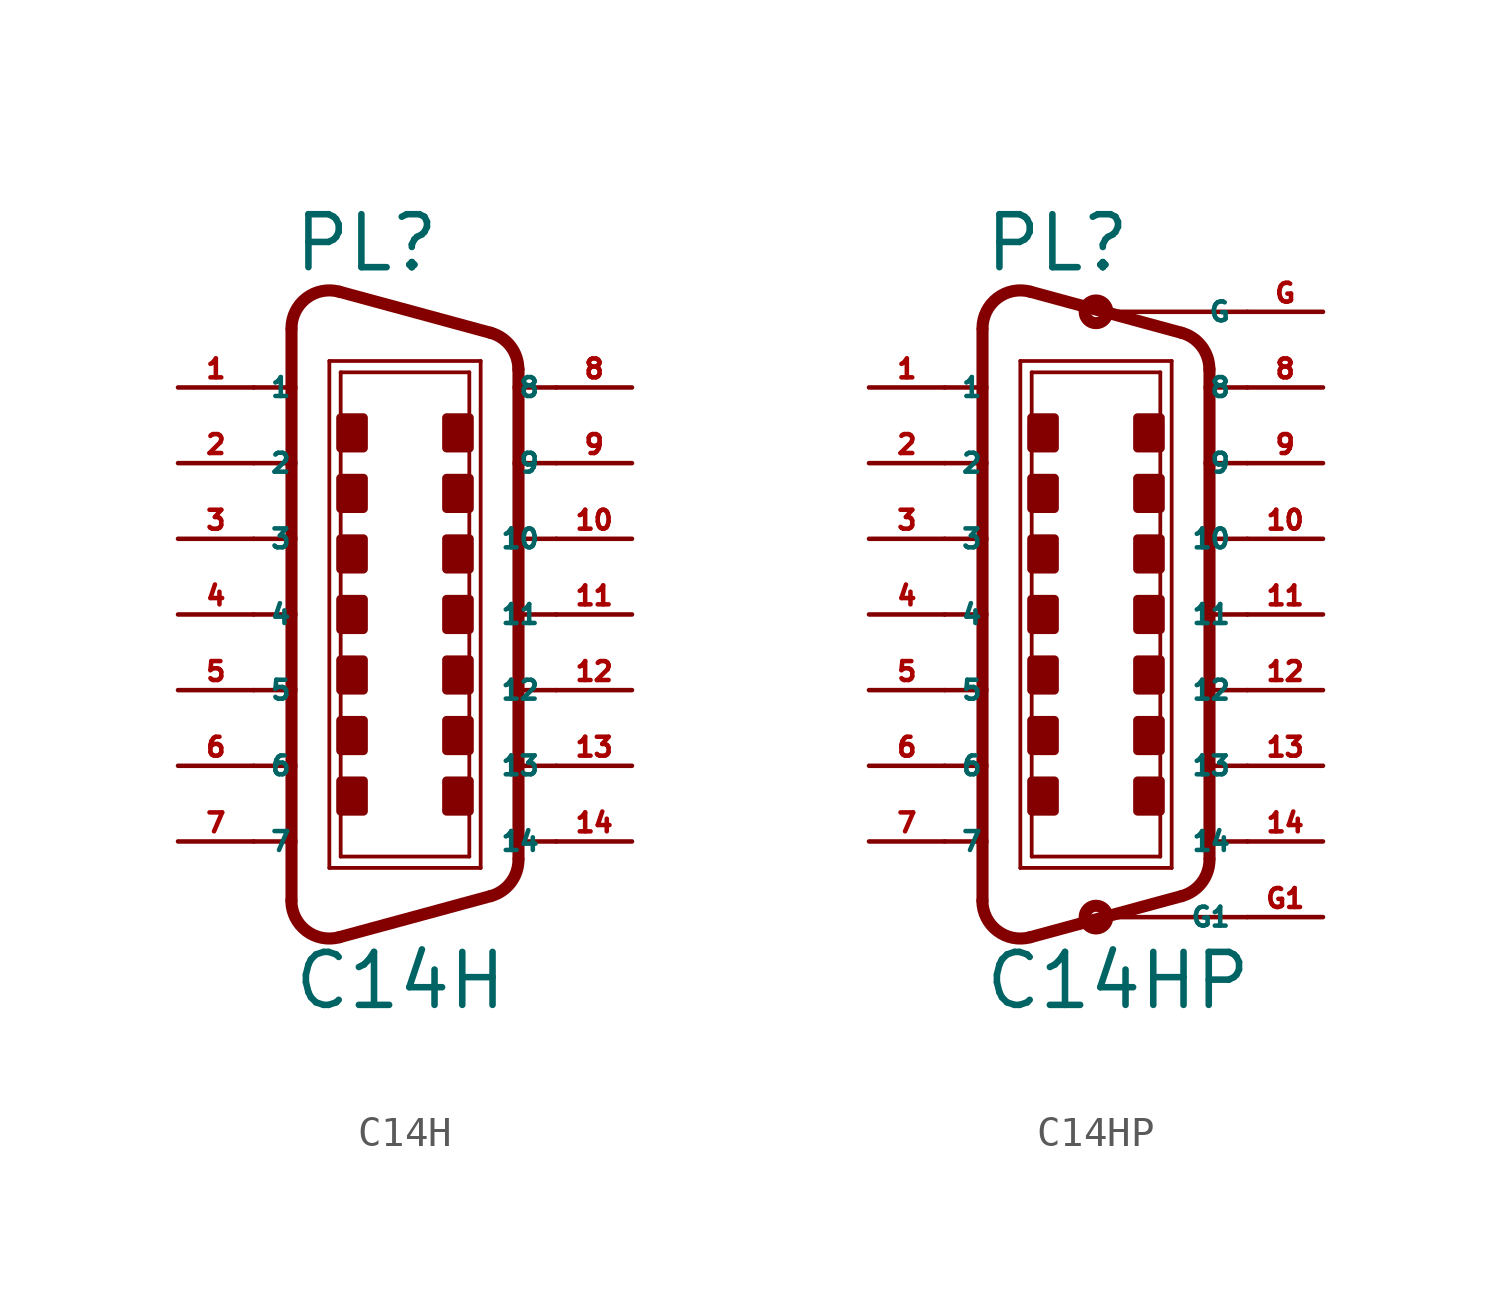
<source format=kicad_sym>
(kicad_symbol_lib
  (version 20220914)
  (generator Eagle2Kicad)
  (symbol "C14H"
    (property "Reference" "PL"
      (at -3.81 11.43 0)
      (effects (font (size 1.778 1.778) (thickness 0.22)) (justify left bottom)))
    (property "Value" "C14H"
      (at -3.81 -13.335 0)
      (effects (font (size 1.778 1.778) (thickness 0.22)) (justify left bottom)))
    (polyline
      (pts (xy -2.54 8.509) (xy 2.54 8.509))
      (stroke (width 0.127) (type default))
      (fill (type none)))
    (polyline
      (pts (xy -2.54 -8.509) (xy 2.54 -8.509))
      (stroke (width 0.127) (type default))
      (fill (type none)))
    (polyline
      (pts (xy -2.159 8.128) (xy 2.159 8.128))
      (stroke (width 0.127) (type default))
      (fill (type none)))
    (polyline
      (pts (xy 2.159 -8.128) (xy -2.159 -8.128))
      (stroke (width 0.127) (type default))
      (fill (type none)))
    (polyline
      (pts (xy 2.873 9.455) (xy -2.207 10.835))
      (stroke (width 0.406) (type default))
      (fill (type none)))
    (polyline
      (pts (xy 2.873 -9.455) (xy -2.207 -10.835))
      (stroke (width 0.406) (type default))
      (fill (type none)))
    (polyline
      (pts (xy -2.54 -8.509) (xy -2.54 8.509))
      (stroke (width 0.127) (type default))
      (fill (type none)))
    (polyline
      (pts (xy -3.81 9.564) (xy -3.81 7.62))
      (stroke (width 0.406) (type default))
      (fill (type none)))
    (polyline
      (pts (xy -3.81 7.62) (xy -3.81 5.08))
      (stroke (width 0.406) (type default))
      (fill (type none)))
    (polyline
      (pts (xy -3.81 5.08) (xy -3.81 2.54))
      (stroke (width 0.406) (type default))
      (fill (type none)))
    (polyline
      (pts (xy -3.81 2.54) (xy -3.81 0))
      (stroke (width 0.406) (type default))
      (fill (type none)))
    (polyline
      (pts (xy -3.81 0) (xy -3.81 -2.54))
      (stroke (width 0.406) (type default))
      (fill (type none)))
    (polyline
      (pts (xy -3.81 -2.54) (xy -3.81 -5.08))
      (stroke (width 0.406) (type default))
      (fill (type none)))
    (polyline
      (pts (xy -3.81 -5.08) (xy -3.81 -7.62))
      (stroke (width 0.406) (type default))
      (fill (type none)))
    (polyline
      (pts (xy -3.81 -7.62) (xy -3.81 -9.61))
      (stroke (width 0.406) (type default))
      (fill (type none)))
    (arc
      (start -3.81 -9.6098)
      (mid -3.311 -10.619)
      (end -2.207 -10.8354)
      (stroke (width 0.4064) (type default))
      (fill (type none)))
    (arc
      (start -2.207 10.8353)
      (mid -3.311 10.619)
      (end -3.81 9.6098)
      (stroke (width 0.4064) (type default))
      (fill (type none)))
    (polyline
      (pts (xy -2.159 -8.128) (xy -2.159 8.128))
      (stroke (width 0.127) (type default))
      (fill (type none)))
    (polyline
      (pts (xy 2.54 -8.509) (xy 2.54 8.509))
      (stroke (width 0.127) (type default))
      (fill (type none)))
    (polyline
      (pts (xy 3.81 -8.184) (xy 3.81 -7.62))
      (stroke (width 0.406) (type default))
      (fill (type none)))
    (polyline
      (pts (xy 3.81 -7.62) (xy 3.81 -5.08))
      (stroke (width 0.406) (type default))
      (fill (type none)))
    (polyline
      (pts (xy 3.81 -5.08) (xy 3.81 -2.54))
      (stroke (width 0.406) (type default))
      (fill (type none)))
    (polyline
      (pts (xy 3.81 -2.54) (xy 3.81 0))
      (stroke (width 0.406) (type default))
      (fill (type none)))
    (polyline
      (pts (xy 3.81 0) (xy 3.81 2.54))
      (stroke (width 0.406) (type default))
      (fill (type none)))
    (polyline
      (pts (xy 3.81 2.54) (xy 3.81 5.08))
      (stroke (width 0.406) (type default))
      (fill (type none)))
    (polyline
      (pts (xy 3.81 5.08) (xy 3.81 7.62))
      (stroke (width 0.406) (type default))
      (fill (type none)))
    (polyline
      (pts (xy 3.81 7.62) (xy 3.81 8.23))
      (stroke (width 0.406) (type default))
      (fill (type none)))
    (arc
      (start 2.873 -9.4551)
      (mid 3.549 -9.001)
      (end 3.81 -8.2296)
      (stroke (width 0.4064) (type default))
      (fill (type none)))
    (polyline
      (pts (xy 2.159 8.128) (xy 2.159 -8.128))
      (stroke (width 0.127) (type default))
      (fill (type none)))
    (arc
      (start 3.81 8.2296)
      (mid 3.549 9.001)
      (end 2.873 9.4552)
      (stroke (width 0.4064) (type default))
      (fill (type none)))
    (polyline
      (pts (xy -5.08 7.62) (xy -3.81 7.62))
      (stroke (width 0.152) (type default))
      (fill (type none)))
    (polyline
      (pts (xy -5.08 5.08) (xy -3.81 5.08))
      (stroke (width 0.152) (type default))
      (fill (type none)))
    (polyline
      (pts (xy -5.08 2.54) (xy -3.81 2.54))
      (stroke (width 0.152) (type default))
      (fill (type none)))
    (polyline
      (pts (xy -5.08 0) (xy -3.81 0))
      (stroke (width 0.152) (type default))
      (fill (type none)))
    (polyline
      (pts (xy -5.08 -2.54) (xy -3.81 -2.54))
      (stroke (width 0.152) (type default))
      (fill (type none)))
    (polyline
      (pts (xy -5.08 -5.08) (xy -3.81 -5.08))
      (stroke (width 0.152) (type default))
      (fill (type none)))
    (polyline
      (pts (xy -5.08 -7.62) (xy -3.81 -7.62))
      (stroke (width 0.152) (type default))
      (fill (type none)))
    (polyline
      (pts (xy 5.08 -7.62) (xy 3.81 -7.62))
      (stroke (width 0.152) (type default))
      (fill (type none)))
    (polyline
      (pts (xy 5.08 -5.08) (xy 3.81 -5.08))
      (stroke (width 0.152) (type default))
      (fill (type none)))
    (polyline
      (pts (xy 5.08 -2.54) (xy 3.81 -2.54))
      (stroke (width 0.152) (type default))
      (fill (type none)))
    (polyline
      (pts (xy 5.08 0) (xy 3.81 0))
      (stroke (width 0.152) (type default))
      (fill (type none)))
    (polyline
      (pts (xy 5.08 2.54) (xy 3.81 2.54))
      (stroke (width 0.152) (type default))
      (fill (type none)))
    (polyline
      (pts (xy 5.08 5.08) (xy 3.81 5.08))
      (stroke (width 0.152) (type default))
      (fill (type none)))
    (polyline
      (pts (xy 5.08 7.62) (xy 3.81 7.62))
      (stroke (width 0.152) (type default))
      (fill (type none)))
    (rectangle
      (start -2.159 5.588)
      (end -1.397 6.604)
      (stroke (width 0.3) (type default))
      (fill (type outline)))
    (rectangle
      (start 1.397 5.588)
      (end 2.159 6.604)
      (stroke (width 0.3) (type default))
      (fill (type outline)))
    (rectangle
      (start -2.159 -4.572)
      (end -1.397 -3.556)
      (stroke (width 0.3) (type default))
      (fill (type outline)))
    (rectangle
      (start 1.397 3.556)
      (end 2.159 4.572)
      (stroke (width 0.3) (type default))
      (fill (type outline)))
    (rectangle
      (start -2.159 1.524)
      (end -1.397 2.54)
      (stroke (width 0.3) (type default))
      (fill (type outline)))
    (rectangle
      (start 1.397 -0.508)
      (end 2.159 0.508)
      (stroke (width 0.3) (type default))
      (fill (type outline)))
    (rectangle
      (start -2.159 -0.508)
      (end -1.397 0.508)
      (stroke (width 0.3) (type default))
      (fill (type outline)))
    (rectangle
      (start 1.397 -2.54)
      (end 2.159 -1.524)
      (stroke (width 0.3) (type default))
      (fill (type outline)))
    (rectangle
      (start -2.159 -6.604)
      (end -1.397 -5.588)
      (stroke (width 0.3) (type default))
      (fill (type outline)))
    (rectangle
      (start 1.397 -6.604)
      (end 2.159 -5.588)
      (stroke (width 0.3) (type default))
      (fill (type outline)))
    (rectangle
      (start -2.159 3.556)
      (end -1.397 4.572)
      (stroke (width 0.3) (type default))
      (fill (type outline)))
    (rectangle
      (start -2.159 -2.54)
      (end -1.397 -1.524)
      (stroke (width 0.3) (type default))
      (fill (type outline)))
    (rectangle
      (start 1.397 1.524)
      (end 2.159 2.54)
      (stroke (width 0.3) (type default))
      (fill (type outline)))
    (rectangle
      (start 1.397 -4.572)
      (end 2.159 -3.556)
      (stroke (width 0.3) (type default))
      (fill (type outline)))
    (pin passive line
      (at -7.62 7.62 0)
      (length 2.54)
      (name "1" (effects (font (size 0.635 0.635) (thickness 0.08)) (justify left bottom)))
      (number "1" (effects (font (size 0.635 0.635) (thickness 0.08)) (justify left bottom))))
    (pin passive line
      (at -7.62 5.08 0)
      (length 2.54)
      (name "2" (effects (font (size 0.635 0.635) (thickness 0.08)) (justify left bottom)))
      (number "2" (effects (font (size 0.635 0.635) (thickness 0.08)) (justify left bottom))))
    (pin passive line
      (at -7.62 2.54 0)
      (length 2.54)
      (name "3" (effects (font (size 0.635 0.635) (thickness 0.08)) (justify left bottom)))
      (number "3" (effects (font (size 0.635 0.635) (thickness 0.08)) (justify left bottom))))
    (pin passive line
      (at -7.62 0 0)
      (length 2.54)
      (name "4" (effects (font (size 0.635 0.635) (thickness 0.08)) (justify left bottom)))
      (number "4" (effects (font (size 0.635 0.635) (thickness 0.08)) (justify left bottom))))
    (pin passive line
      (at -7.62 -2.54 0)
      (length 2.54)
      (name "5" (effects (font (size 0.635 0.635) (thickness 0.08)) (justify left bottom)))
      (number "5" (effects (font (size 0.635 0.635) (thickness 0.08)) (justify left bottom))))
    (pin passive line
      (at -7.62 -5.08 0)
      (length 2.54)
      (name "6" (effects (font (size 0.635 0.635) (thickness 0.08)) (justify left bottom)))
      (number "6" (effects (font (size 0.635 0.635) (thickness 0.08)) (justify left bottom))))
    (pin passive line
      (at -7.62 -7.62 0)
      (length 2.54)
      (name "7" (effects (font (size 0.635 0.635) (thickness 0.08)) (justify left bottom)))
      (number "7" (effects (font (size 0.635 0.635) (thickness 0.08)) (justify left bottom))))
    (pin passive line
      (at 7.62 7.62 180)
      (length 2.54)
      (name "8" (effects (font (size 0.635 0.635) (thickness 0.08)) (justify left bottom)))
      (number "8" (effects (font (size 0.635 0.635) (thickness 0.08)) (justify left bottom))))
    (pin passive line
      (at 7.62 5.08 180)
      (length 2.54)
      (name "9" (effects (font (size 0.635 0.635) (thickness 0.08)) (justify left bottom)))
      (number "9" (effects (font (size 0.635 0.635) (thickness 0.08)) (justify left bottom))))
    (pin passive line
      (at 7.62 2.54 180)
      (length 2.54)
      (name "10" (effects (font (size 0.635 0.635) (thickness 0.08)) (justify left bottom)))
      (number "10" (effects (font (size 0.635 0.635) (thickness 0.08)) (justify left bottom))))
    (pin passive line
      (at 7.62 0 180)
      (length 2.54)
      (name "11" (effects (font (size 0.635 0.635) (thickness 0.08)) (justify left bottom)))
      (number "11" (effects (font (size 0.635 0.635) (thickness 0.08)) (justify left bottom))))
    (pin passive line
      (at 7.62 -2.54 180)
      (length 2.54)
      (name "12" (effects (font (size 0.635 0.635) (thickness 0.08)) (justify left bottom)))
      (number "12" (effects (font (size 0.635 0.635) (thickness 0.08)) (justify left bottom))))
    (pin passive line
      (at 7.62 -5.08 180)
      (length 2.54)
      (name "13" (effects (font (size 0.635 0.635) (thickness 0.08)) (justify left bottom)))
      (number "13" (effects (font (size 0.635 0.635) (thickness 0.08)) (justify left bottom))))
    (pin passive line
      (at 7.62 -7.62 180)
      (length 2.54)
      (name "14" (effects (font (size 0.635 0.635) (thickness 0.08)) (justify left bottom)))
      (number "14" (effects (font (size 0.635 0.635) (thickness 0.08)) (justify left bottom)))))
  (symbol "C14HP"
    (property "Reference" "PL"
      (at -3.81 11.43 0)
      (effects (font (size 1.778 1.778) (thickness 0.22)) (justify left bottom)))
    (property "Value" "C14HP"
      (at -3.81 -13.335 0)
      (effects (font (size 1.778 1.778) (thickness 0.22)) (justify left bottom)))
    (polyline
      (pts (xy -2.54 8.509) (xy 2.54 8.509))
      (stroke (width 0.127) (type default))
      (fill (type none)))
    (polyline
      (pts (xy -2.54 -8.509) (xy 2.54 -8.509))
      (stroke (width 0.127) (type default))
      (fill (type none)))
    (polyline
      (pts (xy -2.159 8.128) (xy 2.159 8.128))
      (stroke (width 0.127) (type default))
      (fill (type none)))
    (polyline
      (pts (xy 2.159 -8.128) (xy -2.159 -8.128))
      (stroke (width 0.127) (type default))
      (fill (type none)))
    (polyline
      (pts (xy 2.873 9.455) (xy -2.207 10.835))
      (stroke (width 0.406) (type default))
      (fill (type none)))
    (polyline
      (pts (xy 2.873 -9.455) (xy -2.207 -10.835))
      (stroke (width 0.406) (type default))
      (fill (type none)))
    (polyline
      (pts (xy -2.54 -8.509) (xy -2.54 8.509))
      (stroke (width 0.127) (type default))
      (fill (type none)))
    (polyline
      (pts (xy -3.81 9.564) (xy -3.81 7.62))
      (stroke (width 0.406) (type default))
      (fill (type none)))
    (polyline
      (pts (xy -3.81 7.62) (xy -3.81 5.08))
      (stroke (width 0.406) (type default))
      (fill (type none)))
    (polyline
      (pts (xy -3.81 5.08) (xy -3.81 2.54))
      (stroke (width 0.406) (type default))
      (fill (type none)))
    (polyline
      (pts (xy -3.81 2.54) (xy -3.81 0))
      (stroke (width 0.406) (type default))
      (fill (type none)))
    (polyline
      (pts (xy -3.81 0) (xy -3.81 -2.54))
      (stroke (width 0.406) (type default))
      (fill (type none)))
    (polyline
      (pts (xy -3.81 -2.54) (xy -3.81 -5.08))
      (stroke (width 0.406) (type default))
      (fill (type none)))
    (polyline
      (pts (xy -3.81 -5.08) (xy -3.81 -7.62))
      (stroke (width 0.406) (type default))
      (fill (type none)))
    (polyline
      (pts (xy -3.81 -7.62) (xy -3.81 -9.61))
      (stroke (width 0.406) (type default))
      (fill (type none)))
    (arc
      (start -3.81 -9.6098)
      (mid -3.311 -10.619)
      (end -2.207 -10.8354)
      (stroke (width 0.4064) (type default))
      (fill (type none)))
    (arc
      (start -2.207 10.8353)
      (mid -3.311 10.619)
      (end -3.81 9.6098)
      (stroke (width 0.4064) (type default))
      (fill (type none)))
    (polyline
      (pts (xy -2.159 -8.128) (xy -2.159 8.128))
      (stroke (width 0.127) (type default))
      (fill (type none)))
    (polyline
      (pts (xy 2.54 -8.509) (xy 2.54 8.509))
      (stroke (width 0.127) (type default))
      (fill (type none)))
    (polyline
      (pts (xy 3.81 -8.184) (xy 3.81 -7.62))
      (stroke (width 0.406) (type default))
      (fill (type none)))
    (polyline
      (pts (xy 3.81 -7.62) (xy 3.81 -5.08))
      (stroke (width 0.406) (type default))
      (fill (type none)))
    (polyline
      (pts (xy 3.81 -5.08) (xy 3.81 -2.54))
      (stroke (width 0.406) (type default))
      (fill (type none)))
    (polyline
      (pts (xy 3.81 -2.54) (xy 3.81 0))
      (stroke (width 0.406) (type default))
      (fill (type none)))
    (polyline
      (pts (xy 3.81 0) (xy 3.81 2.54))
      (stroke (width 0.406) (type default))
      (fill (type none)))
    (polyline
      (pts (xy 3.81 2.54) (xy 3.81 5.08))
      (stroke (width 0.406) (type default))
      (fill (type none)))
    (polyline
      (pts (xy 3.81 5.08) (xy 3.81 7.62))
      (stroke (width 0.406) (type default))
      (fill (type none)))
    (polyline
      (pts (xy 3.81 7.62) (xy 3.81 8.23))
      (stroke (width 0.406) (type default))
      (fill (type none)))
    (arc
      (start 2.873 -9.4551)
      (mid 3.549 -9.001)
      (end 3.81 -8.2296)
      (stroke (width 0.4064) (type default))
      (fill (type none)))
    (polyline
      (pts (xy 2.159 8.128) (xy 2.159 -8.128))
      (stroke (width 0.127) (type default))
      (fill (type none)))
    (arc
      (start 3.81 8.2296)
      (mid 3.549 9.001)
      (end 2.873 9.4552)
      (stroke (width 0.4064) (type default))
      (fill (type none)))
    (polyline
      (pts (xy -5.08 7.62) (xy -3.81 7.62))
      (stroke (width 0.152) (type default))
      (fill (type none)))
    (polyline
      (pts (xy -5.08 5.08) (xy -3.81 5.08))
      (stroke (width 0.152) (type default))
      (fill (type none)))
    (polyline
      (pts (xy -5.08 2.54) (xy -3.81 2.54))
      (stroke (width 0.152) (type default))
      (fill (type none)))
    (polyline
      (pts (xy -5.08 0) (xy -3.81 0))
      (stroke (width 0.152) (type default))
      (fill (type none)))
    (polyline
      (pts (xy -5.08 -2.54) (xy -3.81 -2.54))
      (stroke (width 0.152) (type default))
      (fill (type none)))
    (polyline
      (pts (xy -5.08 -5.08) (xy -3.81 -5.08))
      (stroke (width 0.152) (type default))
      (fill (type none)))
    (polyline
      (pts (xy -5.08 -7.62) (xy -3.81 -7.62))
      (stroke (width 0.152) (type default))
      (fill (type none)))
    (polyline
      (pts (xy 5.08 -7.62) (xy 3.81 -7.62))
      (stroke (width 0.152) (type default))
      (fill (type none)))
    (polyline
      (pts (xy 5.08 -5.08) (xy 3.81 -5.08))
      (stroke (width 0.152) (type default))
      (fill (type none)))
    (polyline
      (pts (xy 5.08 -2.54) (xy 3.81 -2.54))
      (stroke (width 0.152) (type default))
      (fill (type none)))
    (polyline
      (pts (xy 5.08 0) (xy 3.81 0))
      (stroke (width 0.152) (type default))
      (fill (type none)))
    (polyline
      (pts (xy 5.08 2.54) (xy 3.81 2.54))
      (stroke (width 0.152) (type default))
      (fill (type none)))
    (polyline
      (pts (xy 5.08 5.08) (xy 3.81 5.08))
      (stroke (width 0.152) (type default))
      (fill (type none)))
    (polyline
      (pts (xy 5.08 7.62) (xy 3.81 7.62))
      (stroke (width 0.152) (type default))
      (fill (type none)))
    (polyline
      (pts (xy 5.08 -10.16) (xy 0 -10.16))
      (stroke (width 0.152) (type default))
      (fill (type none)))
    (polyline
      (pts (xy 5.08 10.16) (xy 0 10.16))
      (stroke (width 0.152) (type default))
      (fill (type none)))
    (circle
      (center 0 10.16)
      (radius 0.381)
      (stroke (width 0.406) (type default))
      (fill (type none)))
    (circle
      (center 0 -10.16)
      (radius 0.381)
      (stroke (width 0.406) (type default))
      (fill (type none)))
    (rectangle
      (start -2.159 5.588)
      (end -1.397 6.604)
      (stroke (width 0.3) (type default))
      (fill (type outline)))
    (rectangle
      (start 1.397 5.588)
      (end 2.159 6.604)
      (stroke (width 0.3) (type default))
      (fill (type outline)))
    (rectangle
      (start -2.159 -4.572)
      (end -1.397 -3.556)
      (stroke (width 0.3) (type default))
      (fill (type outline)))
    (rectangle
      (start 1.397 3.556)
      (end 2.159 4.572)
      (stroke (width 0.3) (type default))
      (fill (type outline)))
    (rectangle
      (start -2.159 1.524)
      (end -1.397 2.54)
      (stroke (width 0.3) (type default))
      (fill (type outline)))
    (rectangle
      (start 1.397 -0.508)
      (end 2.159 0.508)
      (stroke (width 0.3) (type default))
      (fill (type outline)))
    (rectangle
      (start -2.159 -0.508)
      (end -1.397 0.508)
      (stroke (width 0.3) (type default))
      (fill (type outline)))
    (rectangle
      (start 1.397 -2.54)
      (end 2.159 -1.524)
      (stroke (width 0.3) (type default))
      (fill (type outline)))
    (rectangle
      (start -2.159 -6.604)
      (end -1.397 -5.588)
      (stroke (width 0.3) (type default))
      (fill (type outline)))
    (rectangle
      (start 1.397 -6.604)
      (end 2.159 -5.588)
      (stroke (width 0.3) (type default))
      (fill (type outline)))
    (rectangle
      (start -2.159 3.556)
      (end -1.397 4.572)
      (stroke (width 0.3) (type default))
      (fill (type outline)))
    (rectangle
      (start -2.159 -2.54)
      (end -1.397 -1.524)
      (stroke (width 0.3) (type default))
      (fill (type outline)))
    (rectangle
      (start 1.397 1.524)
      (end 2.159 2.54)
      (stroke (width 0.3) (type default))
      (fill (type outline)))
    (rectangle
      (start 1.397 -4.572)
      (end 2.159 -3.556)
      (stroke (width 0.3) (type default))
      (fill (type outline)))
    (pin passive line
      (at -7.62 7.62 0)
      (length 2.54)
      (name "1" (effects (font (size 0.635 0.635) (thickness 0.08)) (justify left bottom)))
      (number "1" (effects (font (size 0.635 0.635) (thickness 0.08)) (justify left bottom))))
    (pin passive line
      (at -7.62 5.08 0)
      (length 2.54)
      (name "2" (effects (font (size 0.635 0.635) (thickness 0.08)) (justify left bottom)))
      (number "2" (effects (font (size 0.635 0.635) (thickness 0.08)) (justify left bottom))))
    (pin passive line
      (at -7.62 2.54 0)
      (length 2.54)
      (name "3" (effects (font (size 0.635 0.635) (thickness 0.08)) (justify left bottom)))
      (number "3" (effects (font (size 0.635 0.635) (thickness 0.08)) (justify left bottom))))
    (pin passive line
      (at -7.62 0 0)
      (length 2.54)
      (name "4" (effects (font (size 0.635 0.635) (thickness 0.08)) (justify left bottom)))
      (number "4" (effects (font (size 0.635 0.635) (thickness 0.08)) (justify left bottom))))
    (pin passive line
      (at -7.62 -2.54 0)
      (length 2.54)
      (name "5" (effects (font (size 0.635 0.635) (thickness 0.08)) (justify left bottom)))
      (number "5" (effects (font (size 0.635 0.635) (thickness 0.08)) (justify left bottom))))
    (pin passive line
      (at -7.62 -5.08 0)
      (length 2.54)
      (name "6" (effects (font (size 0.635 0.635) (thickness 0.08)) (justify left bottom)))
      (number "6" (effects (font (size 0.635 0.635) (thickness 0.08)) (justify left bottom))))
    (pin passive line
      (at -7.62 -7.62 0)
      (length 2.54)
      (name "7" (effects (font (size 0.635 0.635) (thickness 0.08)) (justify left bottom)))
      (number "7" (effects (font (size 0.635 0.635) (thickness 0.08)) (justify left bottom))))
    (pin passive line
      (at 7.62 7.62 180)
      (length 2.54)
      (name "8" (effects (font (size 0.635 0.635) (thickness 0.08)) (justify left bottom)))
      (number "8" (effects (font (size 0.635 0.635) (thickness 0.08)) (justify left bottom))))
    (pin passive line
      (at 7.62 5.08 180)
      (length 2.54)
      (name "9" (effects (font (size 0.635 0.635) (thickness 0.08)) (justify left bottom)))
      (number "9" (effects (font (size 0.635 0.635) (thickness 0.08)) (justify left bottom))))
    (pin passive line
      (at 7.62 2.54 180)
      (length 2.54)
      (name "10" (effects (font (size 0.635 0.635) (thickness 0.08)) (justify left bottom)))
      (number "10" (effects (font (size 0.635 0.635) (thickness 0.08)) (justify left bottom))))
    (pin passive line
      (at 7.62 0 180)
      (length 2.54)
      (name "11" (effects (font (size 0.635 0.635) (thickness 0.08)) (justify left bottom)))
      (number "11" (effects (font (size 0.635 0.635) (thickness 0.08)) (justify left bottom))))
    (pin passive line
      (at 7.62 -2.54 180)
      (length 2.54)
      (name "12" (effects (font (size 0.635 0.635) (thickness 0.08)) (justify left bottom)))
      (number "12" (effects (font (size 0.635 0.635) (thickness 0.08)) (justify left bottom))))
    (pin passive line
      (at 7.62 -5.08 180)
      (length 2.54)
      (name "13" (effects (font (size 0.635 0.635) (thickness 0.08)) (justify left bottom)))
      (number "13" (effects (font (size 0.635 0.635) (thickness 0.08)) (justify left bottom))))
    (pin passive line
      (at 7.62 -7.62 180)
      (length 2.54)
      (name "14" (effects (font (size 0.635 0.635) (thickness 0.08)) (justify left bottom)))
      (number "14" (effects (font (size 0.635 0.635) (thickness 0.08)) (justify left bottom))))
    (pin passive line
      (at 7.62 10.16 180)
      (length 2.54)
      (name "G" (effects (font (size 0.635 0.635) (thickness 0.08)) (justify left bottom)))
      (number "G" (effects (font (size 0.635 0.635) (thickness 0.08)) (justify left bottom))))
    (pin passive line
      (at 7.62 -10.16 180)
      (length 2.54)
      (name "G1" (effects (font (size 0.635 0.635) (thickness 0.08)) (justify left bottom)))
      (number "G1" (effects (font (size 0.635 0.635) (thickness 0.08)) (justify left bottom))))))
</source>
